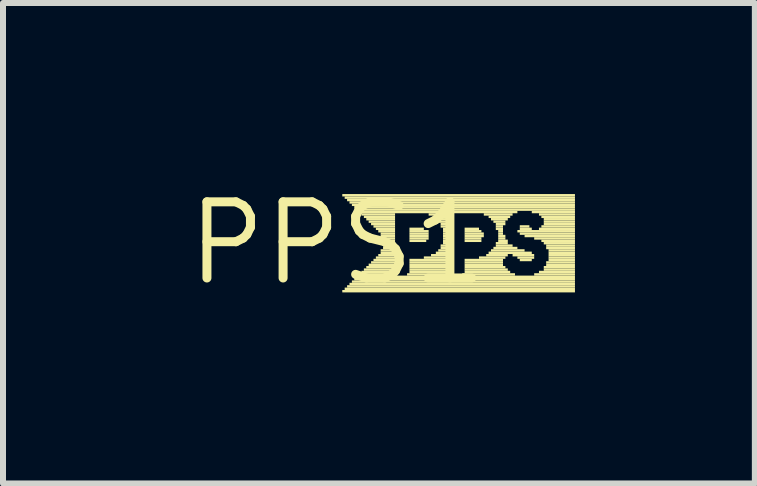
<source format=kicad_pcb>
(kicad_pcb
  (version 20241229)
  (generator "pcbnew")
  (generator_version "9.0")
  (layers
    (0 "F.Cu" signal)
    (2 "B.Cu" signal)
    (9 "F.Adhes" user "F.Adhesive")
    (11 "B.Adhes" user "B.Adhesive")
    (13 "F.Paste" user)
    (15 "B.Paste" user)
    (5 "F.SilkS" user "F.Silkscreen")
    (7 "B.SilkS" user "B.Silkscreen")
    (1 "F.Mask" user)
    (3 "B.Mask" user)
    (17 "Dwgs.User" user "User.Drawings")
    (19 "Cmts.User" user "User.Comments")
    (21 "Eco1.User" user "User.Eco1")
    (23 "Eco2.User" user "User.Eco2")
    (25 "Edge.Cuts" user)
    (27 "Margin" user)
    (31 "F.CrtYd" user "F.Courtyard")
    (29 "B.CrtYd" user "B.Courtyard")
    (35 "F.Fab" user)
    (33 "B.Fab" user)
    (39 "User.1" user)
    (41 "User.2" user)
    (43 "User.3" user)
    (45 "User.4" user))
  (footprint "PPS1"
    (layer "F.Cu")
    (at 2.578 1.006)
    (property "Reference" "PPS1" (at 0 0 0) (layer "F.SilkS") (effects (font (size 1.27 1.27) (thickness 0.15))))
    (fp_poly (pts (xy 0.08 -0.78) (xy 3.96 -0.78) (xy 3.96 -0.82) (xy 0.08 -0.82)) (stroke (width 0) (type default)) (fill yes) (layer "F.SilkS"))
    (fp_poly (pts (xy 0.08 0.82) (xy 3.96 0.82) (xy 3.96 0.78) (xy 0.08 0.78)) (stroke (width 0) (type default)) (fill yes) (layer "F.SilkS"))
    (fp_poly (pts (xy 0.12 -0.74) (xy 3.96 -0.74) (xy 3.96 -0.78) (xy 0.12 -0.78)) (stroke (width 0) (type default)) (fill yes) (layer "F.SilkS"))
    (fp_poly (pts (xy 0.12 0.78) (xy 3.96 0.78) (xy 3.96 0.74) (xy 0.12 0.74)) (stroke (width 0) (type default)) (fill yes) (layer "F.SilkS"))
    (fp_poly (pts (xy 0.16 -0.7) (xy 3.96 -0.7) (xy 3.96 -0.74) (xy 0.16 -0.74)) (stroke (width 0) (type default)) (fill yes) (layer "F.SilkS"))
    (fp_poly (pts (xy 0.16 0.74) (xy 3.96 0.74) (xy 3.96 0.7) (xy 0.16 0.7)) (stroke (width 0) (type default)) (fill yes) (layer "F.SilkS"))
    (fp_poly (pts (xy 0.2 -0.66) (xy 3.96 -0.66) (xy 3.96 -0.7) (xy 0.2 -0.7)) (stroke (width 0) (type default)) (fill yes) (layer "F.SilkS"))
    (fp_poly (pts (xy 0.2 0.7) (xy 3.96 0.7) (xy 3.96 0.66) (xy 0.2 0.66)) (stroke (width 0) (type default)) (fill yes) (layer "F.SilkS"))
    (fp_poly (pts (xy 0.24 -0.62) (xy 3.96 -0.62) (xy 3.96 -0.66) (xy 0.24 -0.66)) (stroke (width 0) (type default)) (fill yes) (layer "F.SilkS"))
    (fp_poly (pts (xy 0.24 0.66) (xy 3.96 0.66) (xy 3.96 0.62) (xy 0.24 0.62)) (stroke (width 0) (type default)) (fill yes) (layer "F.SilkS"))
    (fp_poly (pts (xy 0.28 -0.58) (xy 3.96 -0.58) (xy 3.96 -0.62) (xy 0.28 -0.62)) (stroke (width 0) (type default)) (fill yes) (layer "F.SilkS"))
    (fp_poly (pts (xy 0.28 0.62) (xy 3.96 0.62) (xy 3.96 0.58) (xy 0.28 0.58)) (stroke (width 0) (type default)) (fill yes) (layer "F.SilkS"))
    (fp_poly (pts (xy 0.32 -0.54) (xy 3.96 -0.54) (xy 3.96 -0.58) (xy 0.32 -0.58)) (stroke (width 0) (type default)) (fill yes) (layer "F.SilkS"))
    (fp_poly (pts (xy 0.32 0.58) (xy 3.96 0.58) (xy 3.96 0.54) (xy 0.32 0.54)) (stroke (width 0) (type default)) (fill yes) (layer "F.SilkS"))
    (fp_poly (pts (xy 0.36 -0.5) (xy 3 -0.5) (xy 3 -0.54) (xy 0.36 -0.54)) (stroke (width 0) (type default)) (fill yes) (layer "F.SilkS"))
    (fp_poly (pts (xy 0.36 0.54) (xy 1 0.54) (xy 1 0.5) (xy 0.36 0.5)) (stroke (width 0) (type default)) (fill yes) (layer "F.SilkS"))
    (fp_poly (pts (xy 0.4 -0.46) (xy 0.96 -0.46) (xy 0.96 -0.5) (xy 0.4 -0.5)) (stroke (width 0) (type default)) (fill yes) (layer "F.SilkS"))
    (fp_poly (pts (xy 0.4 0.5) (xy 0.96 0.5) (xy 0.96 0.46) (xy 0.4 0.46)) (stroke (width 0) (type default)) (fill yes) (layer "F.SilkS"))
    (fp_poly (pts (xy 0.44 -0.42) (xy 0.96 -0.42) (xy 0.96 -0.46) (xy 0.44 -0.46)) (stroke (width 0) (type default)) (fill yes) (layer "F.SilkS"))
    (fp_poly (pts (xy 0.44 0.46) (xy 0.96 0.46) (xy 0.96 0.42) (xy 0.44 0.42)) (stroke (width 0) (type default)) (fill yes) (layer "F.SilkS"))
    (fp_poly (pts (xy 0.48 -0.38) (xy 0.96 -0.38) (xy 0.96 -0.42) (xy 0.48 -0.42)) (stroke (width 0) (type default)) (fill yes) (layer "F.SilkS"))
    (fp_poly (pts (xy 0.48 0.42) (xy 0.96 0.42) (xy 0.96 0.38) (xy 0.48 0.38)) (stroke (width 0) (type default)) (fill yes) (layer "F.SilkS"))
    (fp_poly (pts (xy 0.52 -0.34) (xy 0.96 -0.34) (xy 0.96 -0.38) (xy 0.52 -0.38)) (stroke (width 0) (type default)) (fill yes) (layer "F.SilkS"))
    (fp_poly (pts (xy 0.52 0.38) (xy 0.96 0.38) (xy 0.96 0.34) (xy 0.52 0.34)) (stroke (width 0) (type default)) (fill yes) (layer "F.SilkS"))
    (fp_poly (pts (xy 0.56 -0.3) (xy 0.96 -0.3) (xy 0.96 -0.34) (xy 0.56 -0.34)) (stroke (width 0) (type default)) (fill yes) (layer "F.SilkS"))
    (fp_poly (pts (xy 0.56 0.34) (xy 0.96 0.34) (xy 0.96 0.3) (xy 0.56 0.3)) (stroke (width 0) (type default)) (fill yes) (layer "F.SilkS"))
    (fp_poly (pts (xy 0.6 -0.26) (xy 0.96 -0.26) (xy 0.96 -0.3) (xy 0.6 -0.3)) (stroke (width 0) (type default)) (fill yes) (layer "F.SilkS"))
    (fp_poly (pts (xy 0.6 0.3) (xy 0.96 0.3) (xy 0.96 0.26) (xy 0.6 0.26)) (stroke (width 0) (type default)) (fill yes) (layer "F.SilkS"))
    (fp_poly (pts (xy 0.64 -0.22) (xy 0.96 -0.22) (xy 0.96 -0.26) (xy 0.64 -0.26)) (stroke (width 0) (type default)) (fill yes) (layer "F.SilkS"))
    (fp_poly (pts (xy 0.64 0.26) (xy 0.96 0.26) (xy 0.96 0.22) (xy 0.64 0.22)) (stroke (width 0) (type default)) (fill yes) (layer "F.SilkS"))
    (fp_poly (pts (xy 0.68 -0.18) (xy 0.96 -0.18) (xy 0.96 -0.22) (xy 0.68 -0.22)) (stroke (width 0) (type default)) (fill yes) (layer "F.SilkS"))
    (fp_poly (pts (xy 0.68 0.22) (xy 0.96 0.22) (xy 0.96 0.18) (xy 0.68 0.18)) (stroke (width 0) (type default)) (fill yes) (layer "F.SilkS"))
    (fp_poly (pts (xy 0.72 -0.14) (xy 0.96 -0.14) (xy 0.96 -0.18) (xy 0.72 -0.18)) (stroke (width 0) (type default)) (fill yes) (layer "F.SilkS"))
    (fp_poly (pts (xy 0.72 -0.1) (xy 0.96 -0.1) (xy 0.96 -0.14) (xy 0.72 -0.14)) (stroke (width 0) (type default)) (fill yes) (layer "F.SilkS"))
    (fp_poly (pts (xy 0.72 0.14) (xy 0.96 0.14) (xy 0.96 0.1) (xy 0.72 0.1)) (stroke (width 0) (type default)) (fill yes) (layer "F.SilkS"))
    (fp_poly (pts (xy 0.72 0.18) (xy 0.96 0.18) (xy 0.96 0.14) (xy 0.72 0.14)) (stroke (width 0) (type default)) (fill yes) (layer "F.SilkS"))
    (fp_poly (pts (xy 0.76 -0.06) (xy 0.96 -0.06) (xy 0.96 -0.1) (xy 0.76 -0.1)) (stroke (width 0) (type default)) (fill yes) (layer "F.SilkS"))
    (fp_poly (pts (xy 0.76 -0.02) (xy 0.96 -0.02) (xy 0.96 -0.06) (xy 0.76 -0.06)) (stroke (width 0) (type default)) (fill yes) (layer "F.SilkS"))
    (fp_poly (pts (xy 0.76 0.02) (xy 0.96 0.02) (xy 0.96 -0.02) (xy 0.76 -0.02)) (stroke (width 0) (type default)) (fill yes) (layer "F.SilkS"))
    (fp_poly (pts (xy 0.76 0.06) (xy 0.96 0.06) (xy 0.96 0.02) (xy 0.76 0.02)) (stroke (width 0) (type default)) (fill yes) (layer "F.SilkS"))
    (fp_poly (pts (xy 0.76 0.1) (xy 0.96 0.1) (xy 0.96 0.06) (xy 0.76 0.06)) (stroke (width 0) (type default)) (fill yes) (layer "F.SilkS"))
    (fp_poly (pts (xy 1.16 0.54) (xy 1.92 0.54) (xy 1.92 0.5) (xy 1.16 0.5)) (stroke (width 0) (type default)) (fill yes) (layer "F.SilkS"))
    (fp_poly (pts (xy 1.2 -0.22) (xy 1.44 -0.22) (xy 1.44 -0.26) (xy 1.2 -0.26)) (stroke (width 0) (type default)) (fill yes) (layer "F.SilkS"))
    (fp_poly (pts (xy 1.2 -0.18) (xy 1.52 -0.18) (xy 1.52 -0.22) (xy 1.2 -0.22)) (stroke (width 0) (type default)) (fill yes) (layer "F.SilkS"))
    (fp_poly (pts (xy 1.2 -0.14) (xy 1.52 -0.14) (xy 1.52 -0.18) (xy 1.2 -0.18)) (stroke (width 0) (type default)) (fill yes) (layer "F.SilkS"))
    (fp_poly (pts (xy 1.2 -0.1) (xy 1.52 -0.1) (xy 1.52 -0.14) (xy 1.2 -0.14)) (stroke (width 0) (type default)) (fill yes) (layer "F.SilkS"))
    (fp_poly (pts (xy 1.2 -0.06) (xy 1.52 -0.06) (xy 1.52 -0.1) (xy 1.2 -0.1)) (stroke (width 0) (type default)) (fill yes) (layer "F.SilkS"))
    (fp_poly (pts (xy 1.2 -0.02) (xy 1.48 -0.02) (xy 1.48 -0.06) (xy 1.2 -0.06)) (stroke (width 0) (type default)) (fill yes) (layer "F.SilkS"))
    (fp_poly (pts (xy 1.2 0.3) (xy 1.88 0.3) (xy 1.88 0.26) (xy 1.2 0.26)) (stroke (width 0) (type default)) (fill yes) (layer "F.SilkS"))
    (fp_poly (pts (xy 1.2 0.34) (xy 1.88 0.34) (xy 1.88 0.3) (xy 1.2 0.3)) (stroke (width 0) (type default)) (fill yes) (layer "F.SilkS"))
    (fp_poly (pts (xy 1.2 0.38) (xy 1.88 0.38) (xy 1.88 0.34) (xy 1.2 0.34)) (stroke (width 0) (type default)) (fill yes) (layer "F.SilkS"))
    (fp_poly (pts (xy 1.2 0.42) (xy 1.88 0.42) (xy 1.88 0.38) (xy 1.2 0.38)) (stroke (width 0) (type default)) (fill yes) (layer "F.SilkS"))
    (fp_poly (pts (xy 1.2 0.46) (xy 1.88 0.46) (xy 1.88 0.42) (xy 1.2 0.42)) (stroke (width 0) (type default)) (fill yes) (layer "F.SilkS"))
    (fp_poly (pts (xy 1.2 0.5) (xy 1.88 0.5) (xy 1.88 0.46) (xy 1.2 0.46)) (stroke (width 0) (type default)) (fill yes) (layer "F.SilkS"))
    (fp_poly (pts (xy 1.44 0.26) (xy 1.88 0.26) (xy 1.88 0.22) (xy 1.44 0.22)) (stroke (width 0) (type default)) (fill yes) (layer "F.SilkS"))
    (fp_poly (pts (xy 1.52 -0.46) (xy 1.88 -0.46) (xy 1.88 -0.5) (xy 1.52 -0.5)) (stroke (width 0) (type default)) (fill yes) (layer "F.SilkS"))
    (fp_poly (pts (xy 1.56 0.22) (xy 1.88 0.22) (xy 1.88 0.18) (xy 1.56 0.18)) (stroke (width 0) (type default)) (fill yes) (layer "F.SilkS"))
    (fp_poly (pts (xy 1.6 -0.42) (xy 1.88 -0.42) (xy 1.88 -0.46) (xy 1.6 -0.46)) (stroke (width 0) (type default)) (fill yes) (layer "F.SilkS"))
    (fp_poly (pts (xy 1.64 -0.38) (xy 1.88 -0.38) (xy 1.88 -0.42) (xy 1.64 -0.42)) (stroke (width 0) (type default)) (fill yes) (layer "F.SilkS"))
    (fp_poly (pts (xy 1.64 0.18) (xy 1.88 0.18) (xy 1.88 0.14) (xy 1.64 0.14)) (stroke (width 0) (type default)) (fill yes) (layer "F.SilkS"))
    (fp_poly (pts (xy 1.68 -0.34) (xy 1.88 -0.34) (xy 1.88 -0.38) (xy 1.68 -0.38)) (stroke (width 0) (type default)) (fill yes) (layer "F.SilkS"))
    (fp_poly (pts (xy 1.68 0.14) (xy 1.88 0.14) (xy 1.88 0.1) (xy 1.68 0.1)) (stroke (width 0) (type default)) (fill yes) (layer "F.SilkS"))
    (fp_poly (pts (xy 1.72 -0.3) (xy 1.88 -0.3) (xy 1.88 -0.34) (xy 1.72 -0.34)) (stroke (width 0) (type default)) (fill yes) (layer "F.SilkS"))
    (fp_poly (pts (xy 1.72 -0.26) (xy 1.88 -0.26) (xy 1.88 -0.3) (xy 1.72 -0.3)) (stroke (width 0) (type default)) (fill yes) (layer "F.SilkS"))
    (fp_poly (pts (xy 1.72 0.06) (xy 1.88 0.06) (xy 1.88 0.02) (xy 1.72 0.02)) (stroke (width 0) (type default)) (fill yes) (layer "F.SilkS"))
    (fp_poly (pts (xy 1.72 0.1) (xy 1.88 0.1) (xy 1.88 0.06) (xy 1.72 0.06)) (stroke (width 0) (type default)) (fill yes) (layer "F.SilkS"))
    (fp_poly (pts (xy 1.76 -0.22) (xy 1.88 -0.22) (xy 1.88 -0.26) (xy 1.76 -0.26)) (stroke (width 0) (type default)) (fill yes) (layer "F.SilkS"))
    (fp_poly (pts (xy 1.76 -0.18) (xy 1.88 -0.18) (xy 1.88 -0.22) (xy 1.76 -0.22)) (stroke (width 0) (type default)) (fill yes) (layer "F.SilkS"))
    (fp_poly (pts (xy 1.76 -0.14) (xy 1.88 -0.14) (xy 1.88 -0.18) (xy 1.76 -0.18)) (stroke (width 0) (type default)) (fill yes) (layer "F.SilkS"))
    (fp_poly (pts (xy 1.76 -0.1) (xy 1.88 -0.1) (xy 1.88 -0.14) (xy 1.76 -0.14)) (stroke (width 0) (type default)) (fill yes) (layer "F.SilkS"))
    (fp_poly (pts (xy 1.76 -0.06) (xy 1.88 -0.06) (xy 1.88 -0.1) (xy 1.76 -0.1)) (stroke (width 0) (type default)) (fill yes) (layer "F.SilkS"))
    (fp_poly (pts (xy 1.76 -0.02) (xy 1.88 -0.02) (xy 1.88 -0.06) (xy 1.76 -0.06)) (stroke (width 0) (type default)) (fill yes) (layer "F.SilkS"))
    (fp_poly (pts (xy 1.76 0.02) (xy 1.88 0.02) (xy 1.88 -0.02) (xy 1.76 -0.02)) (stroke (width 0) (type default)) (fill yes) (layer "F.SilkS"))
    (fp_poly (pts (xy 2.08 0.54) (xy 2.96 0.54) (xy 2.96 0.5) (xy 2.08 0.5)) (stroke (width 0) (type default)) (fill yes) (layer "F.SilkS"))
    (fp_poly (pts (xy 2.12 -0.22) (xy 2.36 -0.22) (xy 2.36 -0.26) (xy 2.12 -0.26)) (stroke (width 0) (type default)) (fill yes) (layer "F.SilkS"))
    (fp_poly (pts (xy 2.12 -0.18) (xy 2.4 -0.18) (xy 2.4 -0.22) (xy 2.12 -0.22)) (stroke (width 0) (type default)) (fill yes) (layer "F.SilkS"))
    (fp_poly (pts (xy 2.12 -0.14) (xy 2.44 -0.14) (xy 2.44 -0.18) (xy 2.12 -0.18)) (stroke (width 0) (type default)) (fill yes) (layer "F.SilkS"))
    (fp_poly (pts (xy 2.12 -0.1) (xy 2.44 -0.1) (xy 2.44 -0.14) (xy 2.12 -0.14)) (stroke (width 0) (type default)) (fill yes) (layer "F.SilkS"))
    (fp_poly (pts (xy 2.12 -0.06) (xy 2.4 -0.06) (xy 2.4 -0.1) (xy 2.12 -0.1)) (stroke (width 0) (type default)) (fill yes) (layer "F.SilkS"))
    (fp_poly (pts (xy 2.12 -0.02) (xy 2.4 -0.02) (xy 2.4 -0.06) (xy 2.12 -0.06)) (stroke (width 0) (type default)) (fill yes) (layer "F.SilkS"))
    (fp_poly (pts (xy 2.12 0.3) (xy 2.76 0.3) (xy 2.76 0.26) (xy 2.12 0.26)) (stroke (width 0) (type default)) (fill yes) (layer "F.SilkS"))
    (fp_poly (pts (xy 2.12 0.34) (xy 2.76 0.34) (xy 2.76 0.3) (xy 2.12 0.3)) (stroke (width 0) (type default)) (fill yes) (layer "F.SilkS"))
    (fp_poly (pts (xy 2.12 0.38) (xy 2.76 0.38) (xy 2.76 0.34) (xy 2.12 0.34)) (stroke (width 0) (type default)) (fill yes) (layer "F.SilkS"))
    (fp_poly (pts (xy 2.12 0.42) (xy 2.8 0.42) (xy 2.8 0.38) (xy 2.12 0.38)) (stroke (width 0) (type default)) (fill yes) (layer "F.SilkS"))
    (fp_poly (pts (xy 2.12 0.46) (xy 2.84 0.46) (xy 2.84 0.42) (xy 2.12 0.42)) (stroke (width 0) (type default)) (fill yes) (layer "F.SilkS"))
    (fp_poly (pts (xy 2.12 0.5) (xy 2.88 0.5) (xy 2.88 0.46) (xy 2.12 0.46)) (stroke (width 0) (type default)) (fill yes) (layer "F.SilkS"))
    (fp_poly (pts (xy 2.36 0.26) (xy 2.8 0.26) (xy 2.8 0.22) (xy 2.36 0.22)) (stroke (width 0) (type default)) (fill yes) (layer "F.SilkS"))
    (fp_poly (pts (xy 2.44 -0.46) (xy 2.92 -0.46) (xy 2.92 -0.5) (xy 2.44 -0.5)) (stroke (width 0) (type default)) (fill yes) (layer "F.SilkS"))
    (fp_poly (pts (xy 2.48 0.22) (xy 2.84 0.22) (xy 2.84 0.18) (xy 2.48 0.18)) (stroke (width 0) (type default)) (fill yes) (layer "F.SilkS"))
    (fp_poly (pts (xy 2.52 -0.42) (xy 2.88 -0.42) (xy 2.88 -0.46) (xy 2.52 -0.46)) (stroke (width 0) (type default)) (fill yes) (layer "F.SilkS"))
    (fp_poly (pts (xy 2.52 0.18) (xy 3.24 0.18) (xy 3.24 0.14) (xy 2.52 0.14)) (stroke (width 0) (type default)) (fill yes) (layer "F.SilkS"))
    (fp_poly (pts (xy 2.56 -0.38) (xy 2.84 -0.38) (xy 2.84 -0.42) (xy 2.56 -0.42)) (stroke (width 0) (type default)) (fill yes) (layer "F.SilkS"))
    (fp_poly (pts (xy 2.56 0.14) (xy 3.12 0.14) (xy 3.12 0.1) (xy 2.56 0.1)) (stroke (width 0) (type default)) (fill yes) (layer "F.SilkS"))
    (fp_poly (pts (xy 2.6 -0.34) (xy 2.8 -0.34) (xy 2.8 -0.38) (xy 2.6 -0.38)) (stroke (width 0) (type default)) (fill yes) (layer "F.SilkS"))
    (fp_poly (pts (xy 2.6 0.1) (xy 3 0.1) (xy 3 0.06) (xy 2.6 0.06)) (stroke (width 0) (type default)) (fill yes) (layer "F.SilkS"))
    (fp_poly (pts (xy 2.64 -0.3) (xy 2.8 -0.3) (xy 2.8 -0.34) (xy 2.64 -0.34)) (stroke (width 0) (type default)) (fill yes) (layer "F.SilkS"))
    (fp_poly (pts (xy 2.64 -0.26) (xy 2.76 -0.26) (xy 2.76 -0.3) (xy 2.64 -0.3)) (stroke (width 0) (type default)) (fill yes) (layer "F.SilkS"))
    (fp_poly (pts (xy 2.64 -0.22) (xy 2.76 -0.22) (xy 2.76 -0.26) (xy 2.64 -0.26)) (stroke (width 0) (type default)) (fill yes) (layer "F.SilkS"))
    (fp_poly (pts (xy 2.64 0.02) (xy 2.84 0.02) (xy 2.84 -0.02) (xy 2.64 -0.02)) (stroke (width 0) (type default)) (fill yes) (layer "F.SilkS"))
    (fp_poly (pts (xy 2.64 0.06) (xy 2.92 0.06) (xy 2.92 0.02) (xy 2.64 0.02)) (stroke (width 0) (type default)) (fill yes) (layer "F.SilkS"))
    (fp_poly (pts (xy 2.68 -0.18) (xy 2.76 -0.18) (xy 2.76 -0.22) (xy 2.68 -0.22)) (stroke (width 0) (type default)) (fill yes) (layer "F.SilkS"))
    (fp_poly (pts (xy 2.68 -0.14) (xy 2.76 -0.14) (xy 2.76 -0.18) (xy 2.68 -0.18)) (stroke (width 0) (type default)) (fill yes) (layer "F.SilkS"))
    (fp_poly (pts (xy 2.68 -0.1) (xy 2.8 -0.1) (xy 2.8 -0.14) (xy 2.68 -0.14)) (stroke (width 0) (type default)) (fill yes) (layer "F.SilkS"))
    (fp_poly (pts (xy 2.68 -0.06) (xy 2.8 -0.06) (xy 2.8 -0.1) (xy 2.68 -0.1)) (stroke (width 0) (type default)) (fill yes) (layer "F.SilkS"))
    (fp_poly (pts (xy 2.68 -0.02) (xy 2.84 -0.02) (xy 2.84 -0.06) (xy 2.68 -0.06)) (stroke (width 0) (type default)) (fill yes) (layer "F.SilkS"))
    (fp_poly (pts (xy 2.92 0.22) (xy 3.28 0.22) (xy 3.28 0.18) (xy 2.92 0.18)) (stroke (width 0) (type default)) (fill yes) (layer "F.SilkS"))
    (fp_poly (pts (xy 3 -0.18) (xy 3.96 -0.18) (xy 3.96 -0.22) (xy 3 -0.22)) (stroke (width 0) (type default)) (fill yes) (layer "F.SilkS"))
    (fp_poly (pts (xy 3 0.26) (xy 3.28 0.26) (xy 3.28 0.22) (xy 3 0.22)) (stroke (width 0) (type default)) (fill yes) (layer "F.SilkS"))
    (fp_poly (pts (xy 3.04 -0.26) (xy 3.2 -0.26) (xy 3.2 -0.3) (xy 3.04 -0.3)) (stroke (width 0) (type default)) (fill yes) (layer "F.SilkS"))
    (fp_poly (pts (xy 3.04 -0.22) (xy 3.24 -0.22) (xy 3.24 -0.26) (xy 3.04 -0.26)) (stroke (width 0) (type default)) (fill yes) (layer "F.SilkS"))
    (fp_poly (pts (xy 3.04 -0.14) (xy 3.96 -0.14) (xy 3.96 -0.18) (xy 3.04 -0.18)) (stroke (width 0) (type default)) (fill yes) (layer "F.SilkS"))
    (fp_poly (pts (xy 3.04 0.3) (xy 3.24 0.3) (xy 3.24 0.26) (xy 3.04 0.26)) (stroke (width 0) (type default)) (fill yes) (layer "F.SilkS"))
    (fp_poly (pts (xy 3.12 -0.1) (xy 3.96 -0.1) (xy 3.96 -0.14) (xy 3.12 -0.14)) (stroke (width 0) (type default)) (fill yes) (layer "F.SilkS"))
    (fp_poly (pts (xy 3.24 -0.5) (xy 3.96 -0.5) (xy 3.96 -0.54) (xy 3.24 -0.54)) (stroke (width 0) (type default)) (fill yes) (layer "F.SilkS"))
    (fp_poly (pts (xy 3.28 -0.06) (xy 3.96 -0.06) (xy 3.96 -0.1) (xy 3.28 -0.1)) (stroke (width 0) (type default)) (fill yes) (layer "F.SilkS"))
    (fp_poly (pts (xy 3.28 0.54) (xy 3.96 0.54) (xy 3.96 0.5) (xy 3.28 0.5)) (stroke (width 0) (type default)) (fill yes) (layer "F.SilkS"))
    (fp_poly (pts (xy 3.36 -0.46) (xy 3.96 -0.46) (xy 3.96 -0.5) (xy 3.36 -0.5)) (stroke (width 0) (type default)) (fill yes) (layer "F.SilkS"))
    (fp_poly (pts (xy 3.36 -0.22) (xy 3.96 -0.22) (xy 3.96 -0.26) (xy 3.36 -0.26)) (stroke (width 0) (type default)) (fill yes) (layer "F.SilkS"))
    (fp_poly (pts (xy 3.36 0.5) (xy 3.96 0.5) (xy 3.96 0.46) (xy 3.36 0.46)) (stroke (width 0) (type default)) (fill yes) (layer "F.SilkS"))
    (fp_poly (pts (xy 3.4 -0.42) (xy 3.96 -0.42) (xy 3.96 -0.46) (xy 3.4 -0.46)) (stroke (width 0) (type default)) (fill yes) (layer "F.SilkS"))
    (fp_poly (pts (xy 3.4 -0.26) (xy 3.96 -0.26) (xy 3.96 -0.3) (xy 3.4 -0.3)) (stroke (width 0) (type default)) (fill yes) (layer "F.SilkS"))
    (fp_poly (pts (xy 3.4 -0.02) (xy 3.96 -0.02) (xy 3.96 -0.06) (xy 3.4 -0.06)) (stroke (width 0) (type default)) (fill yes) (layer "F.SilkS"))
    (fp_poly (pts (xy 3.44 -0.38) (xy 3.96 -0.38) (xy 3.96 -0.42) (xy 3.44 -0.42)) (stroke (width 0) (type default)) (fill yes) (layer "F.SilkS"))
    (fp_poly (pts (xy 3.44 -0.34) (xy 3.96 -0.34) (xy 3.96 -0.38) (xy 3.44 -0.38)) (stroke (width 0) (type default)) (fill yes) (layer "F.SilkS"))
    (fp_poly (pts (xy 3.44 -0.3) (xy 3.96 -0.3) (xy 3.96 -0.34) (xy 3.44 -0.34)) (stroke (width 0) (type default)) (fill yes) (layer "F.SilkS"))
    (fp_poly (pts (xy 3.44 0.02) (xy 3.96 0.02) (xy 3.96 -0.02) (xy 3.44 -0.02)) (stroke (width 0) (type default)) (fill yes) (layer "F.SilkS"))
    (fp_poly (pts (xy 3.44 0.42) (xy 3.96 0.42) (xy 3.96 0.38) (xy 3.44 0.38)) (stroke (width 0) (type default)) (fill yes) (layer "F.SilkS"))
    (fp_poly (pts (xy 3.44 0.46) (xy 3.96 0.46) (xy 3.96 0.42) (xy 3.44 0.42)) (stroke (width 0) (type default)) (fill yes) (layer "F.SilkS"))
    (fp_poly (pts (xy 3.48 0.06) (xy 3.96 0.06) (xy 3.96 0.02) (xy 3.48 0.02)) (stroke (width 0) (type default)) (fill yes) (layer "F.SilkS"))
    (fp_poly (pts (xy 3.48 0.1) (xy 3.96 0.1) (xy 3.96 0.06) (xy 3.48 0.06)) (stroke (width 0) (type default)) (fill yes) (layer "F.SilkS"))
    (fp_poly (pts (xy 3.48 0.34) (xy 3.96 0.34) (xy 3.96 0.3) (xy 3.48 0.3)) (stroke (width 0) (type default)) (fill yes) (layer "F.SilkS"))
    (fp_poly (pts (xy 3.48 0.38) (xy 3.96 0.38) (xy 3.96 0.34) (xy 3.48 0.34)) (stroke (width 0) (type default)) (fill yes) (layer "F.SilkS"))
    (fp_poly (pts (xy 3.52 0.14) (xy 3.96 0.14) (xy 3.96 0.1) (xy 3.52 0.1)) (stroke (width 0) (type default)) (fill yes) (layer "F.SilkS"))
    (fp_poly (pts (xy 3.52 0.18) (xy 3.96 0.18) (xy 3.96 0.14) (xy 3.52 0.14)) (stroke (width 0) (type default)) (fill yes) (layer "F.SilkS"))
    (fp_poly (pts (xy 3.52 0.22) (xy 3.96 0.22) (xy 3.96 0.18) (xy 3.52 0.18)) (stroke (width 0) (type default)) (fill yes) (layer "F.SilkS"))
    (fp_poly (pts (xy 3.52 0.26) (xy 3.96 0.26) (xy 3.96 0.22) (xy 3.52 0.22)) (stroke (width 0) (type default)) (fill yes) (layer "F.SilkS"))
    (fp_poly (pts (xy 3.52 0.3) (xy 3.96 0.3) (xy 3.96 0.26) (xy 3.52 0.26)) (stroke (width 0) (type default)) (fill yes) (layer "F.SilkS")))
  (gr_rect
    (start -3 -3)
    (end 9.538 5.012)
    (stroke (width 0.1) (type default))
    (fill no)
    (layer "Edge.Cuts")))
</source>
